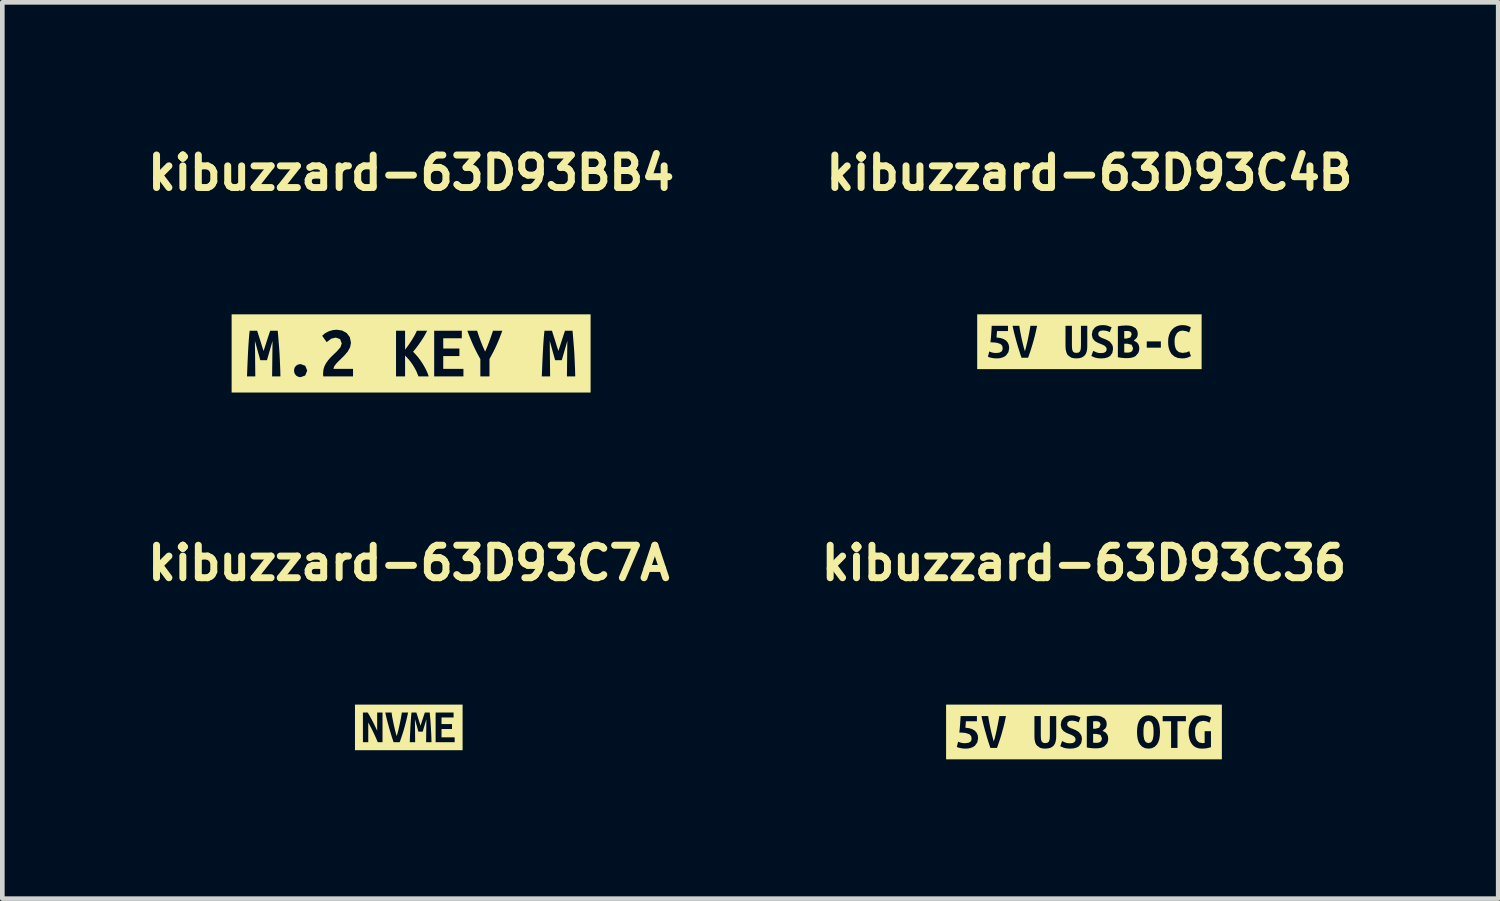
<source format=kicad_pcb>
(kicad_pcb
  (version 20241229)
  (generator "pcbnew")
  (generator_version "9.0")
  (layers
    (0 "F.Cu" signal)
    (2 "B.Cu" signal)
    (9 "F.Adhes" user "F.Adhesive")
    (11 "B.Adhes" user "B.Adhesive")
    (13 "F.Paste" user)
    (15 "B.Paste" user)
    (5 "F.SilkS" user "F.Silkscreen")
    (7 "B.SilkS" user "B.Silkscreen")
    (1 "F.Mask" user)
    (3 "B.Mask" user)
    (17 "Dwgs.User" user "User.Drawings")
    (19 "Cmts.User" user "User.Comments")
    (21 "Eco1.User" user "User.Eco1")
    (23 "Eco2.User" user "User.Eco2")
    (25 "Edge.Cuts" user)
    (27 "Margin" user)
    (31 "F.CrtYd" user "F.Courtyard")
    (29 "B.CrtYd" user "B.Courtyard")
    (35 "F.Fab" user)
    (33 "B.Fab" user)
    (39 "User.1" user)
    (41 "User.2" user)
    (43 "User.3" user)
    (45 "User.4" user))
  (footprint "kibuzzard-63D93BB4"
    (layer "F.Cu")
    (at 5.805 4.563)
    (property "Reference" "kibuzzard-63D93BB4" (at 0 -3.89 180) (layer "F.SilkS") (effects (font (size 0.7 0.7) (thickness 0.15))))
    (attr board_only exclude_from_pos_files exclude_from_bom)
    (fp_poly (pts (xy -3.535 -0.842) (xy -3.866 -0.842) (xy -3.866 0.842) (xy -3.535 0.842) (xy -2.815 0.842) (xy -2.815 0.494) (xy -2.994 0.494) (xy -2.985 -0.27) (xy -3.105 0.146) (xy -3.248 0.146) (xy -3.364 -0.27) (xy -3.356 0.494) (xy -3.535 0.494) (xy -3.53 0.371) (xy -3.525 0.243) (xy -3.519 0.113) (xy -3.513 -0.016) (xy -3.506 -0.142) (xy -3.498 -0.265) (xy -3.489 -0.381) (xy -3.478 -0.489) (xy -3.316 -0.489) (xy -3.289 -0.403) (xy -3.253 -0.291) (xy -3.215 -0.168) (xy -3.178 -0.054) (xy -3.138 -0.175) (xy -3.099 -0.296) (xy -3.064 -0.405) (xy -3.035 -0.489) (xy -2.873 -0.489) (xy -2.862 -0.362) (xy -2.852 -0.238) (xy -2.842 -0.116) (xy -2.834 0.004) (xy -2.828 0.124) (xy -2.823 0.245) (xy -2.818 0.368) (xy -2.815 0.494) (xy -2.815 0.842) (xy -2.38 0.842) (xy -2.38 0.511) (xy -2.434 0.502) (xy -2.479 0.474) (xy -2.511 0.429) (xy -2.523 0.368) (xy -2.511 0.309) (xy -2.479 0.265) (xy -2.434 0.238) (xy -2.38 0.229) (xy -2.281 0.265) (xy -2.238 0.368) (xy -2.281 0.475) (xy -2.38 0.511) (xy -2.38 0.842) (xy -1.251 0.842) (xy -1.251 0.494) (xy -1.892 0.494) (xy -1.896 0.454) (xy -1.895 0.421) (xy -1.888 0.344) (xy -1.866 0.275) (xy -1.833 0.211) (xy -1.791 0.152) (xy -1.745 0.097) (xy -1.695 0.047) (xy -1.645 -0.001) (xy -1.598 -0.046) (xy -1.523 -0.132) (xy -1.494 -0.216) (xy -1.53 -0.309) (xy -1.622 -0.341) (xy -1.719 -0.319) (xy -1.819 -0.244) (xy -1.916 -0.381) (xy -1.848 -0.439) (xy -1.769 -0.479) (xy -1.686 -0.503) (xy -1.603 -0.511) (xy -1.487 -0.494) (xy -1.389 -0.441) (xy -1.321 -0.353) (xy -1.295 -0.23) (xy -1.314 -0.133) (xy -1.365 -0.041) (xy -1.437 0.044) (xy -1.518 0.124) (xy -1.565 0.169) (xy -1.616 0.223) (xy -1.657 0.279) (xy -1.673 0.332) (xy -1.251 0.332) (xy -1.251 0.494) (xy -1.251 0.842) (xy 0.159 0.842) (xy 0.159 0.494) (xy 0.109 0.374) (xy 0.074 0.31) (xy 0.037 0.248) (xy -0.004 0.189) (xy -0.047 0.134) (xy -0.13 0.044) (xy -0.13 0.494) (xy -0.325 0.494) (xy -0.325 -0.489) (xy -0.13 -0.489) (xy -0.13 -0.081) (xy -0.057 -0.179) (xy 0.015 -0.287) (xy 0.078 -0.394) (xy 0.125 -0.489) (xy 0.346 -0.489) (xy 0.293 -0.391) (xy 0.26 -0.335) (xy 0.222 -0.277) (xy 0.181 -0.217) (xy 0.137 -0.156) (xy 0.091 -0.095) (xy 0.043 -0.037) (xy 0.092 0.015) (xy 0.143 0.073) (xy 0.192 0.137) (xy 0.239 0.206) (xy 0.282 0.277) (xy 0.321 0.35) (xy 0.354 0.423) (xy 0.379 0.494) (xy 0.159 0.494) (xy 0.159 0.842) (xy 0.497 0.842) (xy 0.497 0.494) (xy 0.497 -0.489) (xy 1.092 -0.489) (xy 1.092 -0.327) (xy 0.692 -0.327) (xy 0.692 -0.106) (xy 1.04 -0.106) (xy 1.04 0.056) (xy 0.692 0.056) (xy 0.692 0.332) (xy 1.127 0.332) (xy 1.127 0.494) (xy 0.497 0.494) (xy 0.497 0.842) (xy 1.688 0.842) (xy 1.688 0.494) (xy 1.491 0.494) (xy 1.491 0.121) (xy 1.435 0.019) (xy 1.384 -0.081) (xy 1.337 -0.18) (xy 1.294 -0.28) (xy 1.252 -0.383) (xy 1.211 -0.489) (xy 1.421 -0.489) (xy 1.459 -0.374) (xy 1.502 -0.256) (xy 1.547 -0.143) (xy 1.594 -0.04) (xy 1.634 -0.132) (xy 1.68 -0.249) (xy 1.703 -0.312) (xy 1.725 -0.375) (xy 1.764 -0.489) (xy 1.965 -0.489) (xy 1.935 -0.409) (xy 1.905 -0.332) (xy 1.874 -0.256) (xy 1.841 -0.181) (xy 1.807 -0.107) (xy 1.77 -0.033) (xy 1.73 0.042) (xy 1.688 0.119) (xy 1.688 0.494) (xy 1.688 0.842) (xy 3.535 0.842) (xy 3.535 0.494) (xy 3.356 0.494) (xy 3.365 -0.27) (xy 3.245 0.146) (xy 3.102 0.146) (xy 2.986 -0.27) (xy 2.994 0.494) (xy 2.815 0.494) (xy 2.82 0.371) (xy 2.825 0.243) (xy 2.831 0.113) (xy 2.837 -0.016) (xy 2.844 -0.142) (xy 2.852 -0.265) (xy 2.861 -0.381) (xy 2.872 -0.489) (xy 3.034 -0.489) (xy 3.061 -0.403) (xy 3.097 -0.291) (xy 3.135 -0.168) (xy 3.172 -0.054) (xy 3.212 -0.175) (xy 3.251 -0.296) (xy 3.286 -0.405) (xy 3.315 -0.489) (xy 3.477 -0.489) (xy 3.488 -0.362) (xy 3.498 -0.238) (xy 3.508 -0.116) (xy 3.516 0.004) (xy 3.522 0.124) (xy 3.527 0.245) (xy 3.532 0.368) (xy 3.535 0.494) (xy 3.535 0.842) (xy 3.866 0.842) (xy 3.866 -0.842) (xy 3.535 -0.842) (xy -3.535 -0.842)) (stroke (width 0) (type solid)) (fill yes) (layer "F.SilkS")))
  (footprint "kibuzzard-63D93C4B"
    (layer "F.Cu")
    (at 20.415 4.311)
    (property "Reference" "kibuzzard-63D93C4B" (at 0 -3.638 0) (layer "F.SilkS") (effects (font (size 0.7 0.7) (thickness 0.15))))
    (attr board_only exclude_from_pos_files exclude_from_bom)
    (fp_poly (pts (xy 0.75 0.043) (xy 0.75 0.23) (xy 0.782 0.233) (xy 0.816 0.234) (xy 0.861 0.231) (xy 0.901 0.216) (xy 0.929 0.186) (xy 0.94 0.137) (xy 0.908 0.065) (xy 0.823 0.043) (xy 0.75 0.043)) (stroke (width 0) (type solid)) (fill yes) (layer "F.SilkS"))
    (fp_poly (pts (xy 0.803 -0.07) (xy 0.882 -0.093) (xy 0.909 -0.156) (xy 0.901 -0.195) (xy 0.88 -0.218) (xy 0.849 -0.229) (xy 0.812 -0.232) (xy 0.78 -0.231) (xy 0.75 -0.228) (xy 0.75 -0.07) (xy 0.803 -0.07)) (stroke (width 0) (type solid)) (fill yes) (layer "F.SilkS"))
    (fp_poly (pts (xy -2.186 -0.59) (xy -2.417 -0.59) (xy -2.417 0.59) (xy -2.186 0.59) (xy -2 0.59) (xy -2 0.359) (xy -2.055 0.356) (xy -2.108 0.347) (xy -2.154 0.336) (xy -2.186 0.323) (xy -2.158 0.21) (xy -2.096 0.232) (xy -2.053 0.24) (xy -2.001 0.242) (xy -1.935 0.233) (xy -1.894 0.211) (xy -1.874 0.179) (xy -1.868 0.142) (xy -1.877 0.089) (xy -1.915 0.048) (xy -1.996 0.022) (xy -2.056 0.015) (xy -2.132 0.012) (xy -2.122 -0.08) (xy -2.115 -0.171) (xy -2.109 -0.259) (xy -2.105 -0.343) (xy -1.754 -0.343) (xy -1.754 -0.23) (xy -1.99 -0.23) (xy -1.996 -0.156) (xy -2.001 -0.092) (xy -1.917 -0.081) (xy -1.849 -0.059) (xy -1.796 -0.026) (xy -1.758 0.018) (xy -1.736 0.072) (xy -1.728 0.137) (xy -1.745 0.225) (xy -1.796 0.296) (xy -1.834 0.322) (xy -1.881 0.342) (xy -1.937 0.355) (xy -2 0.359) (xy -2 0.59) (xy -1.462 0.59) (xy -1.462 0.344) (xy -1.49 0.263) (xy -1.519 0.171) (xy -1.539 0.107) (xy -1.558 0.042) (xy -1.576 -0.022) (xy -1.593 -0.085) (xy -1.609 -0.145) (xy -1.624 -0.203) (xy -1.642 -0.281) (xy -1.655 -0.343) (xy -1.51 -0.343) (xy -1.502 -0.286) (xy -1.49 -0.219) (xy -1.476 -0.148) (xy -1.461 -0.074) (xy -1.444 0.001) (xy -1.426 0.074) (xy -1.408 0.143) (xy -1.39 0.204) (xy -1.372 0.144) (xy -1.355 0.075) (xy -1.337 0.002) (xy -1.321 -0.073) (xy -1.306 -0.147) (xy -1.292 -0.219) (xy -1.28 -0.286) (xy -1.27 -0.343) (xy -1.127 -0.343) (xy -1.142 -0.273) (xy -1.16 -0.194) (xy -1.18 -0.11) (xy -1.204 -0.022) (xy -1.221 0.039) (xy -1.24 0.101) (xy -1.259 0.163) (xy -1.279 0.225) (xy -1.3 0.285) (xy -1.321 0.344) (xy -1.462 0.344) (xy -1.462 0.59) (xy -0.282 0.59) (xy -0.282 0.359) (xy -0.344 0.354) (xy -0.394 0.341) (xy -0.466 0.288) (xy -0.488 0.25) (xy -0.503 0.204) (xy -0.512 0.153) (xy -0.515 0.096) (xy -0.515 -0.343) (xy -0.377 -0.343) (xy -0.377 0.087) (xy -0.372 0.159) (xy -0.357 0.207) (xy -0.328 0.232) (xy -0.28 0.24) (xy -0.232 0.232) (xy -0.202 0.206) (xy -0.187 0.158) (xy -0.182 0.086) (xy -0.182 -0.343) (xy -0.046 -0.343) (xy -0.046 0.096) (xy -0.048 0.153) (xy -0.057 0.204) (xy -0.072 0.25) (xy -0.096 0.288) (xy -0.128 0.318) (xy -0.169 0.341) (xy -0.22 0.354) (xy -0.282 0.359) (xy -0.282 0.59) (xy 0.256 0.59) (xy 0.256 0.359) (xy 0.179 0.354) (xy 0.119 0.341) (xy 0.042 0.307) (xy 0.082 0.196) (xy 0.154 0.229) (xy 0.2 0.241) (xy 0.256 0.244) (xy 0.313 0.237) (xy 0.349 0.217) (xy 0.367 0.188) (xy 0.372 0.156) (xy 0.36 0.118) (xy 0.329 0.088) (xy 0.287 0.065) (xy 0.24 0.046) (xy 0.176 0.02) (xy 0.115 -0.017) (xy 0.07 -0.072) (xy 0.052 -0.153) (xy 0.068 -0.239) (xy 0.115 -0.304) (xy 0.162 -0.335) (xy 0.22 -0.353) (xy 0.288 -0.359) (xy 0.347 -0.355) (xy 0.398 -0.344) (xy 0.478 -0.312) (xy 0.438 -0.207) (xy 0.376 -0.233) (xy 0.298 -0.244) (xy 0.237 -0.236) (xy 0.201 -0.209) (xy 0.189 -0.166) (xy 0.2 -0.131) (xy 0.228 -0.104) (xy 0.267 -0.083) (xy 0.31 -0.067) (xy 0.377 -0.039) (xy 0.442 0.001) (xy 0.49 0.063) (xy 0.504 0.105) (xy 0.509 0.157) (xy 0.493 0.242) (xy 0.446 0.306) (xy 0.397 0.335) (xy 0.334 0.353) (xy 0.256 0.359) (xy 0.256 0.59) (xy 0.805 0.59) (xy 0.805 0.353) (xy 0.758 0.352) (xy 0.71 0.348) (xy 0.661 0.342) (xy 0.613 0.333) (xy 0.613 -0.334) (xy 0.699 -0.346) (xy 0.791 -0.351) (xy 0.862 -0.347) (xy 0.918 -0.335) (xy 0.995 -0.293) (xy 1.032 -0.234) (xy 1.042 -0.17) (xy 1.036 -0.124) (xy 1.018 -0.083) (xy 0.955 -0.023) (xy 1.013 0.007) (xy 1.05 0.046) (xy 1.068 0.09) (xy 1.075 0.137) (xy 1.069 0.194) (xy 1.053 0.241) (xy 0.996 0.307) (xy 0.957 0.329) (xy 0.911 0.343) (xy 0.859 0.351) (xy 0.805 0.353) (xy 0.805 0.59) (xy 1.539 0.59) (xy 1.539 0.127) (xy 1.235 0.127) (xy 1.235 -0.008) (xy 1.539 -0.008) (xy 1.539 0.127) (xy 1.539 0.59) (xy 1.994 0.59) (xy 1.994 0.359) (xy 1.904 0.349) (xy 1.83 0.317) (xy 1.771 0.266) (xy 1.738 0.214) (xy 1.714 0.153) (xy 1.699 0.081) (xy 1.695 0) (xy 1.7 -0.081) (xy 1.718 -0.152) (xy 1.746 -0.214) (xy 1.783 -0.265) (xy 1.829 -0.306) (xy 1.882 -0.335) (xy 1.942 -0.353) (xy 2.007 -0.359) (xy 2.073 -0.353) (xy 2.125 -0.339) (xy 2.162 -0.322) (xy 2.185 -0.309) (xy 2.149 -0.2) (xy 2.087 -0.228) (xy 2.005 -0.24) (xy 1.942 -0.228) (xy 1.887 -0.189) (xy 1.849 -0.117) (xy 1.837 -0.066) (xy 1.834 -0.003) (xy 1.838 0.069) (xy 1.852 0.129) (xy 1.874 0.177) (xy 1.928 0.224) (xy 2.007 0.24) (xy 2.095 0.228) (xy 2.151 0.203) (xy 2.186 0.311) (xy 2.107 0.344) (xy 2.054 0.355) (xy 1.994 0.359) (xy 1.994 0.59) (xy 2.186 0.59) (xy 2.417 0.59) (xy 2.417 -0.59) (xy 2.186 -0.59) (xy -2.186 -0.59)) (stroke (width 0) (type solid)) (fill yes) (layer "F.SilkS")))
  (footprint "kibuzzard-63D93C36"
    (layer "F.Cu")
    (at 20.298 12.716)
    (property "Reference" "kibuzzard-63D93C36" (at 0 -3.638 0) (layer "F.SilkS") (effects (font (size 0.7 0.7) (thickness 0.15))))
    (attr board_only exclude_from_pos_files exclude_from_bom)
    (fp_poly (pts (xy 0.197 0.043) (xy 0.197 0.23) (xy 0.229 0.233) (xy 0.263 0.234) (xy 0.308 0.231) (xy 0.348 0.216) (xy 0.376 0.186) (xy 0.387 0.137) (xy 0.356 0.065) (xy 0.271 0.043) (xy 0.197 0.043)) (stroke (width 0) (type solid)) (fill yes) (layer "F.SilkS"))
    (fp_poly (pts (xy 0.251 -0.07) (xy 0.329 -0.093) (xy 0.356 -0.156) (xy 0.348 -0.195) (xy 0.327 -0.218) (xy 0.296 -0.229) (xy 0.259 -0.232) (xy 0.227 -0.231) (xy 0.197 -0.228) (xy 0.197 -0.07) (xy 0.251 -0.07)) (stroke (width 0) (type solid)) (fill yes) (layer "F.SilkS"))
    (fp_poly (pts (xy 1.281 0) (xy 1.282 0.048) (xy 1.285 0.094) (xy 1.3 0.17) (xy 1.333 0.221) (xy 1.39 0.24) (xy 1.446 0.221) (xy 1.479 0.169) (xy 1.495 0.093) (xy 1.498 0.048) (xy 1.499 0) (xy 1.498 -0.048) (xy 1.495 -0.094) (xy 1.479 -0.17) (xy 1.446 -0.221) (xy 1.39 -0.24) (xy 1.333 -0.221) (xy 1.3 -0.169) (xy 1.285 -0.093) (xy 1.282 -0.048) (xy 1.281 0)) (stroke (width 0) (type solid)) (fill yes) (layer "F.SilkS"))
    (fp_poly (pts (xy -2.739 -0.59) (xy -2.97 -0.59) (xy -2.97 0.59) (xy -2.739 0.59) (xy -2.553 0.59) (xy -2.553 0.359) (xy -2.608 0.356) (xy -2.661 0.347) (xy -2.707 0.336) (xy -2.739 0.323) (xy -2.711 0.21) (xy -2.649 0.232) (xy -2.606 0.24) (xy -2.554 0.242) (xy -2.488 0.233) (xy -2.447 0.211) (xy -2.426 0.179) (xy -2.421 0.142) (xy -2.43 0.089) (xy -2.468 0.048) (xy -2.549 0.022) (xy -2.609 0.015) (xy -2.685 0.012) (xy -2.675 -0.08) (xy -2.668 -0.171) (xy -2.662 -0.259) (xy -2.658 -0.343) (xy -2.306 -0.343) (xy -2.306 -0.23) (xy -2.543 -0.23) (xy -2.549 -0.156) (xy -2.554 -0.092) (xy -2.47 -0.081) (xy -2.402 -0.059) (xy -2.349 -0.026) (xy -2.311 0.018) (xy -2.288 0.072) (xy -2.281 0.137) (xy -2.298 0.225) (xy -2.349 0.296) (xy -2.387 0.322) (xy -2.434 0.342) (xy -2.489 0.355) (xy -2.553 0.359) (xy -2.553 0.59) (xy -2.015 0.59) (xy -2.015 0.344) (xy -2.043 0.263) (xy -2.072 0.171) (xy -2.092 0.107) (xy -2.11 0.042) (xy -2.129 -0.022) (xy -2.146 -0.085) (xy -2.162 -0.145) (xy -2.176 -0.203) (xy -2.195 -0.281) (xy -2.207 -0.343) (xy -2.063 -0.343) (xy -2.055 -0.286) (xy -2.043 -0.219) (xy -2.029 -0.148) (xy -2.014 -0.074) (xy -1.997 0.001) (xy -1.979 0.074) (xy -1.961 0.143) (xy -1.943 0.204) (xy -1.925 0.144) (xy -1.907 0.075) (xy -1.89 0.002) (xy -1.874 -0.073) (xy -1.859 -0.147) (xy -1.845 -0.219) (xy -1.833 -0.286) (xy -1.823 -0.343) (xy -1.68 -0.343) (xy -1.695 -0.273) (xy -1.712 -0.194) (xy -1.733 -0.11) (xy -1.757 -0.022) (xy -1.774 0.039) (xy -1.792 0.101) (xy -1.812 0.163) (xy -1.832 0.225) (xy -1.853 0.285) (xy -1.874 0.344) (xy -2.015 0.344) (xy -2.015 0.59) (xy -0.835 0.59) (xy -0.835 0.359) (xy -0.896 0.354) (xy -0.947 0.341) (xy -1.018 0.288) (xy -1.041 0.25) (xy -1.056 0.204) (xy -1.065 0.153) (xy -1.067 0.096) (xy -1.067 -0.343) (xy -0.93 -0.343) (xy -0.93 0.087) (xy -0.925 0.159) (xy -0.91 0.207) (xy -0.881 0.232) (xy -0.833 0.24) (xy -0.785 0.232) (xy -0.755 0.206) (xy -0.74 0.158) (xy -0.735 0.086) (xy -0.735 -0.343) (xy -0.598 -0.343) (xy -0.598 0.096) (xy -0.601 0.153) (xy -0.61 0.204) (xy -0.625 0.25) (xy -0.648 0.288) (xy -0.681 0.318) (xy -0.722 0.341) (xy -0.773 0.354) (xy -0.835 0.359) (xy -0.835 0.59) (xy -0.297 0.59) (xy -0.297 0.359) (xy -0.374 0.354) (xy -0.434 0.341) (xy -0.511 0.307) (xy -0.471 0.196) (xy -0.399 0.229) (xy -0.353 0.241) (xy -0.297 0.244) (xy -0.24 0.237) (xy -0.204 0.217) (xy -0.186 0.188) (xy -0.181 0.156) (xy -0.193 0.118) (xy -0.224 0.088) (xy -0.266 0.065) (xy -0.313 0.046) (xy -0.377 0.02) (xy -0.438 -0.017) (xy -0.483 -0.072) (xy -0.501 -0.153) (xy -0.485 -0.239) (xy -0.438 -0.304) (xy -0.391 -0.335) (xy -0.333 -0.353) (xy -0.265 -0.359) (xy -0.206 -0.355) (xy -0.154 -0.344) (xy -0.075 -0.312) (xy -0.115 -0.207) (xy -0.177 -0.233) (xy -0.255 -0.244) (xy -0.316 -0.236) (xy -0.352 -0.209) (xy -0.364 -0.166) (xy -0.353 -0.131) (xy -0.324 -0.104) (xy -0.286 -0.083) (xy -0.243 -0.067) (xy -0.176 -0.039) (xy -0.111 0.001) (xy -0.063 0.063) (xy -0.049 0.105) (xy -0.044 0.157) (xy -0.06 0.242) (xy -0.107 0.306) (xy -0.156 0.335) (xy -0.219 0.353) (xy -0.297 0.359) (xy -0.297 0.59) (xy 0.252 0.59) (xy 0.252 0.353) (xy 0.205 0.352) (xy 0.157 0.348) (xy 0.109 0.342) (xy 0.061 0.333) (xy 0.061 -0.334) (xy 0.146 -0.346) (xy 0.238 -0.351) (xy 0.309 -0.347) (xy 0.365 -0.335) (xy 0.442 -0.293) (xy 0.48 -0.234) (xy 0.49 -0.17) (xy 0.484 -0.124) (xy 0.466 -0.083) (xy 0.402 -0.023) (xy 0.46 0.007) (xy 0.497 0.046) (xy 0.515 0.09) (xy 0.522 0.137) (xy 0.516 0.194) (xy 0.501 0.241) (xy 0.443 0.307) (xy 0.404 0.329) (xy 0.358 0.343) (xy 0.307 0.351) (xy 0.252 0.353) (xy 0.252 0.59) (xy 1.391 0.59) (xy 1.391 0.359) (xy 1.316 0.349) (xy 1.255 0.319) (xy 1.206 0.268) (xy 1.178 0.218) (xy 1.158 0.156) (xy 1.146 0.083) (xy 1.142 0) (xy 1.146 -0.083) (xy 1.158 -0.156) (xy 1.179 -0.218) (xy 1.207 -0.268) (xy 1.257 -0.319) (xy 1.318 -0.349) (xy 1.39 -0.359) (xy 1.464 -0.349) (xy 1.525 -0.319) (xy 1.574 -0.268) (xy 1.602 -0.218) (xy 1.622 -0.156) (xy 1.633 -0.083) (xy 1.637 0) (xy 1.633 0.083) (xy 1.621 0.156) (xy 1.601 0.218) (xy 1.573 0.268) (xy 1.524 0.319) (xy 1.463 0.349) (xy 1.391 0.359) (xy 1.391 0.59) (xy 2.014 0.59) (xy 2.014 0.344) (xy 1.876 0.344) (xy 1.876 -0.23) (xy 1.695 -0.23) (xy 1.695 -0.343) (xy 2.195 -0.343) (xy 2.195 -0.23) (xy 2.014 -0.23) (xy 2.014 0.344) (xy 2.014 0.59) (xy 2.534 0.59) (xy 2.534 0.359) (xy 2.473 0.353) (xy 2.418 0.336) (xy 2.37 0.308) (xy 2.33 0.268) (xy 2.297 0.218) (xy 2.273 0.156) (xy 2.258 0.083) (xy 2.253 0) (xy 2.259 -0.083) (xy 2.276 -0.155) (xy 2.304 -0.217) (xy 2.34 -0.268) (xy 2.383 -0.308) (xy 2.434 -0.336) (xy 2.491 -0.353) (xy 2.551 -0.359) (xy 2.623 -0.353) (xy 2.678 -0.339) (xy 2.716 -0.322) (xy 2.739 -0.309) (xy 2.703 -0.2) (xy 2.643 -0.228) (xy 2.57 -0.24) (xy 2.488 -0.222) (xy 2.433 -0.173) (xy 2.401 -0.097) (xy 2.394 -0.051) (xy 2.392 0) (xy 2.396 0.075) (xy 2.409 0.136) (xy 2.431 0.182) (xy 2.479 0.225) (xy 2.545 0.24) (xy 2.572 0.239) (xy 2.599 0.236) (xy 2.599 -0.016) (xy 2.735 -0.016) (xy 2.735 0.328) (xy 2.659 0.348) (xy 2.602 0.356) (xy 2.534 0.359) (xy 2.534 0.59) (xy 2.739 0.59) (xy 2.97 0.59) (xy 2.97 -0.59) (xy 2.739 -0.59) (xy -2.739 -0.59)) (stroke (width 0) (type solid)) (fill yes) (layer "F.SilkS")))
  (footprint "kibuzzard-63D93C7A"
    (layer "F.Cu")
    (at 5.755 12.617)
    (property "Reference" "kibuzzard-63D93C7A" (at 0 -3.539 0) (layer "F.SilkS") (effects (font (size 0.7 0.7) (thickness 0.15))))
    (attr board_only exclude_from_pos_files exclude_from_bom)
    (fp_poly (pts (xy -0.988 -0.491) (xy -1.159 -0.491) (xy -1.159 0.491) (xy -0.988 0.491) (xy -0.669 0.491) (xy -0.669 0.319) (xy -0.698 0.249) (xy -0.73 0.178) (xy -0.763 0.107) (xy -0.798 0.037) (xy -0.835 -0.034) (xy -0.873 -0.105) (xy -0.873 0.319) (xy -0.988 0.319) (xy -0.988 -0.319) (xy -0.885 -0.319) (xy -0.856 -0.272) (xy -0.828 -0.221) (xy -0.799 -0.168) (xy -0.771 -0.115) (xy -0.745 -0.063) (xy -0.721 -0.013) (xy -0.699 0.034) (xy -0.681 0.074) (xy -0.681 -0.319) (xy -0.566 -0.319) (xy -0.566 0.319) (xy -0.669 0.319) (xy -0.669 0.491) (xy -0.327 0.491) (xy -0.327 0.319) (xy -0.353 0.244) (xy -0.38 0.158) (xy -0.398 0.099) (xy -0.416 0.039) (xy -0.432 -0.021) (xy -0.448 -0.079) (xy -0.463 -0.135) (xy -0.477 -0.189) (xy -0.494 -0.262) (xy -0.506 -0.319) (xy -0.371 -0.319) (xy -0.364 -0.266) (xy -0.353 -0.204) (xy -0.34 -0.138) (xy -0.326 -0.069) (xy -0.31 0) (xy -0.294 0.068) (xy -0.277 0.132) (xy -0.26 0.189) (xy -0.244 0.133) (xy -0.227 0.069) (xy -0.211 0.001) (xy -0.196 -0.068) (xy -0.182 -0.137) (xy -0.169 -0.204) (xy -0.158 -0.266) (xy -0.149 -0.319) (xy -0.015 -0.319) (xy -0.029 -0.254) (xy -0.046 -0.181) (xy -0.065 -0.103) (xy -0.087 -0.021) (xy -0.103 0.036) (xy -0.12 0.093) (xy -0.138 0.151) (xy -0.157 0.208) (xy -0.176 0.264) (xy -0.196 0.319) (xy -0.327 0.319) (xy -0.327 0.491) (xy 0.489 0.491) (xy 0.489 0.319) (xy 0.373 0.319) (xy 0.379 -0.177) (xy 0.3 0.093) (xy 0.207 0.093) (xy 0.132 -0.177) (xy 0.137 0.319) (xy 0.021 0.319) (xy 0.024 0.239) (xy 0.027 0.156) (xy 0.031 0.072) (xy 0.035 -0.012) (xy 0.04 -0.094) (xy 0.045 -0.174) (xy 0.051 -0.249) (xy 0.058 -0.319) (xy 0.163 -0.319) (xy 0.181 -0.264) (xy 0.204 -0.19) (xy 0.229 -0.111) (xy 0.253 -0.037) (xy 0.279 -0.116) (xy 0.304 -0.194) (xy 0.327 -0.265) (xy 0.346 -0.319) (xy 0.451 -0.319) (xy 0.458 -0.237) (xy 0.465 -0.156) (xy 0.471 -0.077) (xy 0.476 0.001) (xy 0.48 0.079) (xy 0.484 0.158) (xy 0.487 0.238) (xy 0.489 0.319) (xy 0.489 0.491) (xy 0.578 0.491) (xy 0.578 0.319) (xy 0.578 -0.319) (xy 0.965 -0.319) (xy 0.965 -0.214) (xy 0.705 -0.214) (xy 0.705 -0.071) (xy 0.931 -0.071) (xy 0.931 0.035) (xy 0.705 0.035) (xy 0.705 0.214) (xy 0.988 0.214) (xy 0.988 0.319) (xy 0.578 0.319) (xy 0.578 0.491) (xy 0.988 0.491) (xy 1.159 0.491) (xy 1.159 -0.491) (xy 0.988 -0.491) (xy -0.988 -0.491)) (stroke (width 0) (type solid)) (fill yes) (layer "F.SilkS")))
  (gr_rect
    (start -3 -3)
    (end 29.22 16.306)
    (stroke (width 0.1) (type default))
    (fill no)
    (layer "Edge.Cuts")))
</source>
